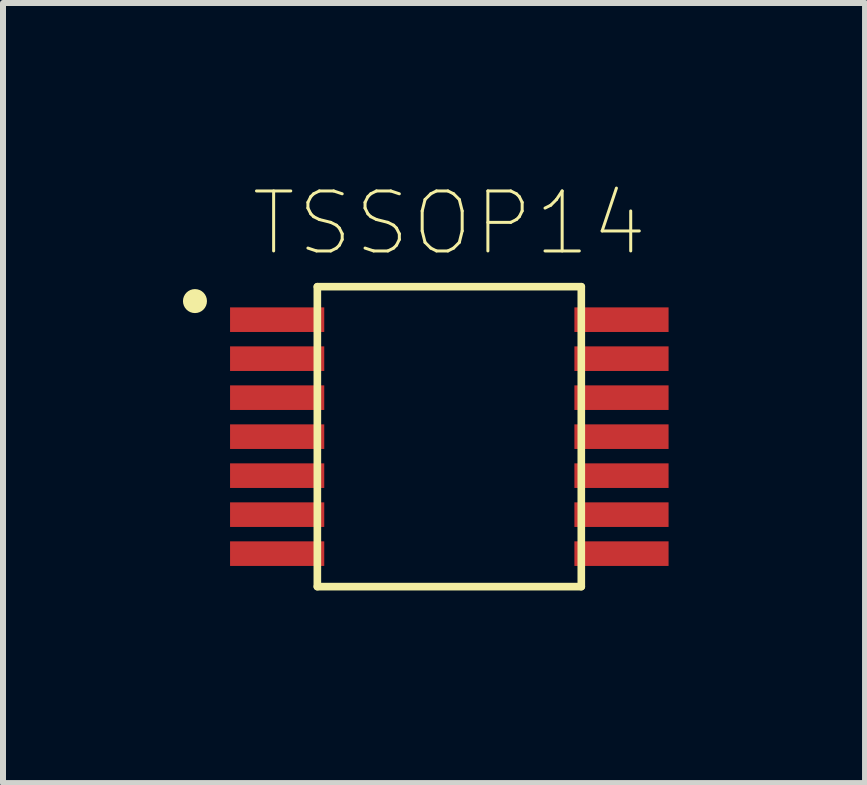
<source format=kicad_pcb>
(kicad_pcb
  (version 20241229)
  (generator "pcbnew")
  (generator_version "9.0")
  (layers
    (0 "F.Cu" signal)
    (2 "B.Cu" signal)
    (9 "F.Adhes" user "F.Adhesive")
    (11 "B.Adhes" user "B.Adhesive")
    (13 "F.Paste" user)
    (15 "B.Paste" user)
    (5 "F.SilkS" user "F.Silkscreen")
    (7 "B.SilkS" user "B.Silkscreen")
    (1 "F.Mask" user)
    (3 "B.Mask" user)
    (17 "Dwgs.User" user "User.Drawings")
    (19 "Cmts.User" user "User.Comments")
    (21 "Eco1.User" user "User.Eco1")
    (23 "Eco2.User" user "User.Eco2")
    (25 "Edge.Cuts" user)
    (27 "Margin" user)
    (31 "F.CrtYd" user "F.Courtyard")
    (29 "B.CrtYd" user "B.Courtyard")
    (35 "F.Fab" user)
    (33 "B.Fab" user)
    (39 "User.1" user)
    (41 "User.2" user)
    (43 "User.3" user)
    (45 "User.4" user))
  (footprint "TSSOP14"
    (layer "F.Cu")
    (at 4.44 4.229)
    (property "Reference" "TSSOP14" (at 0 -3.556 0) (layer "F.SilkS") (effects (font (size 1 1) (thickness 0.05))))
    (attr smd)
    (fp_line (start -2.2 -2.5) (end -2.2 2.5) (stroke (width 0.127) (type solid)) (layer "F.SilkS"))
    (fp_line (start -2.2 -2.5) (end 2.2 -2.5) (stroke (width 0.127) (type solid)) (layer "F.SilkS"))
    (fp_line (start -2.2 2.5) (end 2.2 2.5) (stroke (width 0.127) (type solid)) (layer "F.SilkS"))
    (fp_line (start 2.2 -2.5) (end 2.2 2.5) (stroke (width 0.127) (type solid)) (layer "F.SilkS"))
    (fp_circle (center -4.24 -2.26) (end -4.14 -2.26) (stroke (width 0.2) (type solid)) (fill no) (layer "F.SilkS"))
    (fp_line (start -3.905 -2.75) (end -3.905 2.75) (stroke (width 0.05) (type solid)) (layer "Eco1.User"))
    (fp_line (start -3.905 -2.75) (end 3.905 -2.75) (stroke (width 0.05) (type solid)) (layer "Eco1.User"))
    (fp_line (start -3.905 2.75) (end 3.905 2.75) (stroke (width 0.05) (type solid)) (layer "Eco1.User"))
    (fp_line (start 3.905 -2.75) (end 3.905 2.75) (stroke (width 0.05) (type solid)) (layer "Eco1.User"))
    (fp_circle (center -4.24 -2.26) (end -4.14 -2.26) (stroke (width 0.2) (type solid)) (fill no) (layer "Eco2.User"))
    (pad "1" smd rect (at -2.87 -1.95) (size 1.57 0.41) (layers "F.Cu" "F.Mask"))
    (pad "2" smd rect (at -2.87 -1.3) (size 1.57 0.41) (layers "F.Cu" "F.Mask"))
    (pad "3" smd rect (at -2.87 -0.65) (size 1.57 0.41) (layers "F.Cu" "F.Mask"))
    (pad "4" smd rect (at -2.87 0) (size 1.57 0.41) (layers "F.Cu" "F.Mask"))
    (pad "5" smd rect (at -2.87 0.65) (size 1.57 0.41) (layers "F.Cu" "F.Mask"))
    (pad "6" smd rect (at -2.87 1.3) (size 1.57 0.41) (layers "F.Cu" "F.Mask"))
    (pad "7" smd rect (at -2.87 1.95) (size 1.57 0.41) (layers "F.Cu" "F.Mask"))
    (pad "8" smd rect (at 2.87 1.95) (size 1.57 0.41) (layers "F.Cu" "F.Mask"))
    (pad "9" smd rect (at 2.87 1.3) (size 1.57 0.41) (layers "F.Cu" "F.Mask"))
    (pad "10" smd rect (at 2.87 0.65) (size 1.57 0.41) (layers "F.Cu" "F.Mask"))
    (pad "11" smd rect (at 2.87 0) (size 1.57 0.41) (layers "F.Cu" "F.Mask"))
    (pad "12" smd rect (at 2.87 -0.65) (size 1.57 0.41) (layers "F.Cu" "F.Mask"))
    (pad "13" smd rect (at 2.87 -1.3) (size 1.57 0.41) (layers "F.Cu" "F.Mask"))
    (pad "14" smd rect (at 2.87 -1.95) (size 1.57 0.41) (layers "F.Cu" "F.Mask")))
  (gr_rect
    (start -3 -3)
    (end 11.37 10.004)
    (stroke (width 0.1) (type default))
    (fill no)
    (layer "Edge.Cuts")))
</source>
